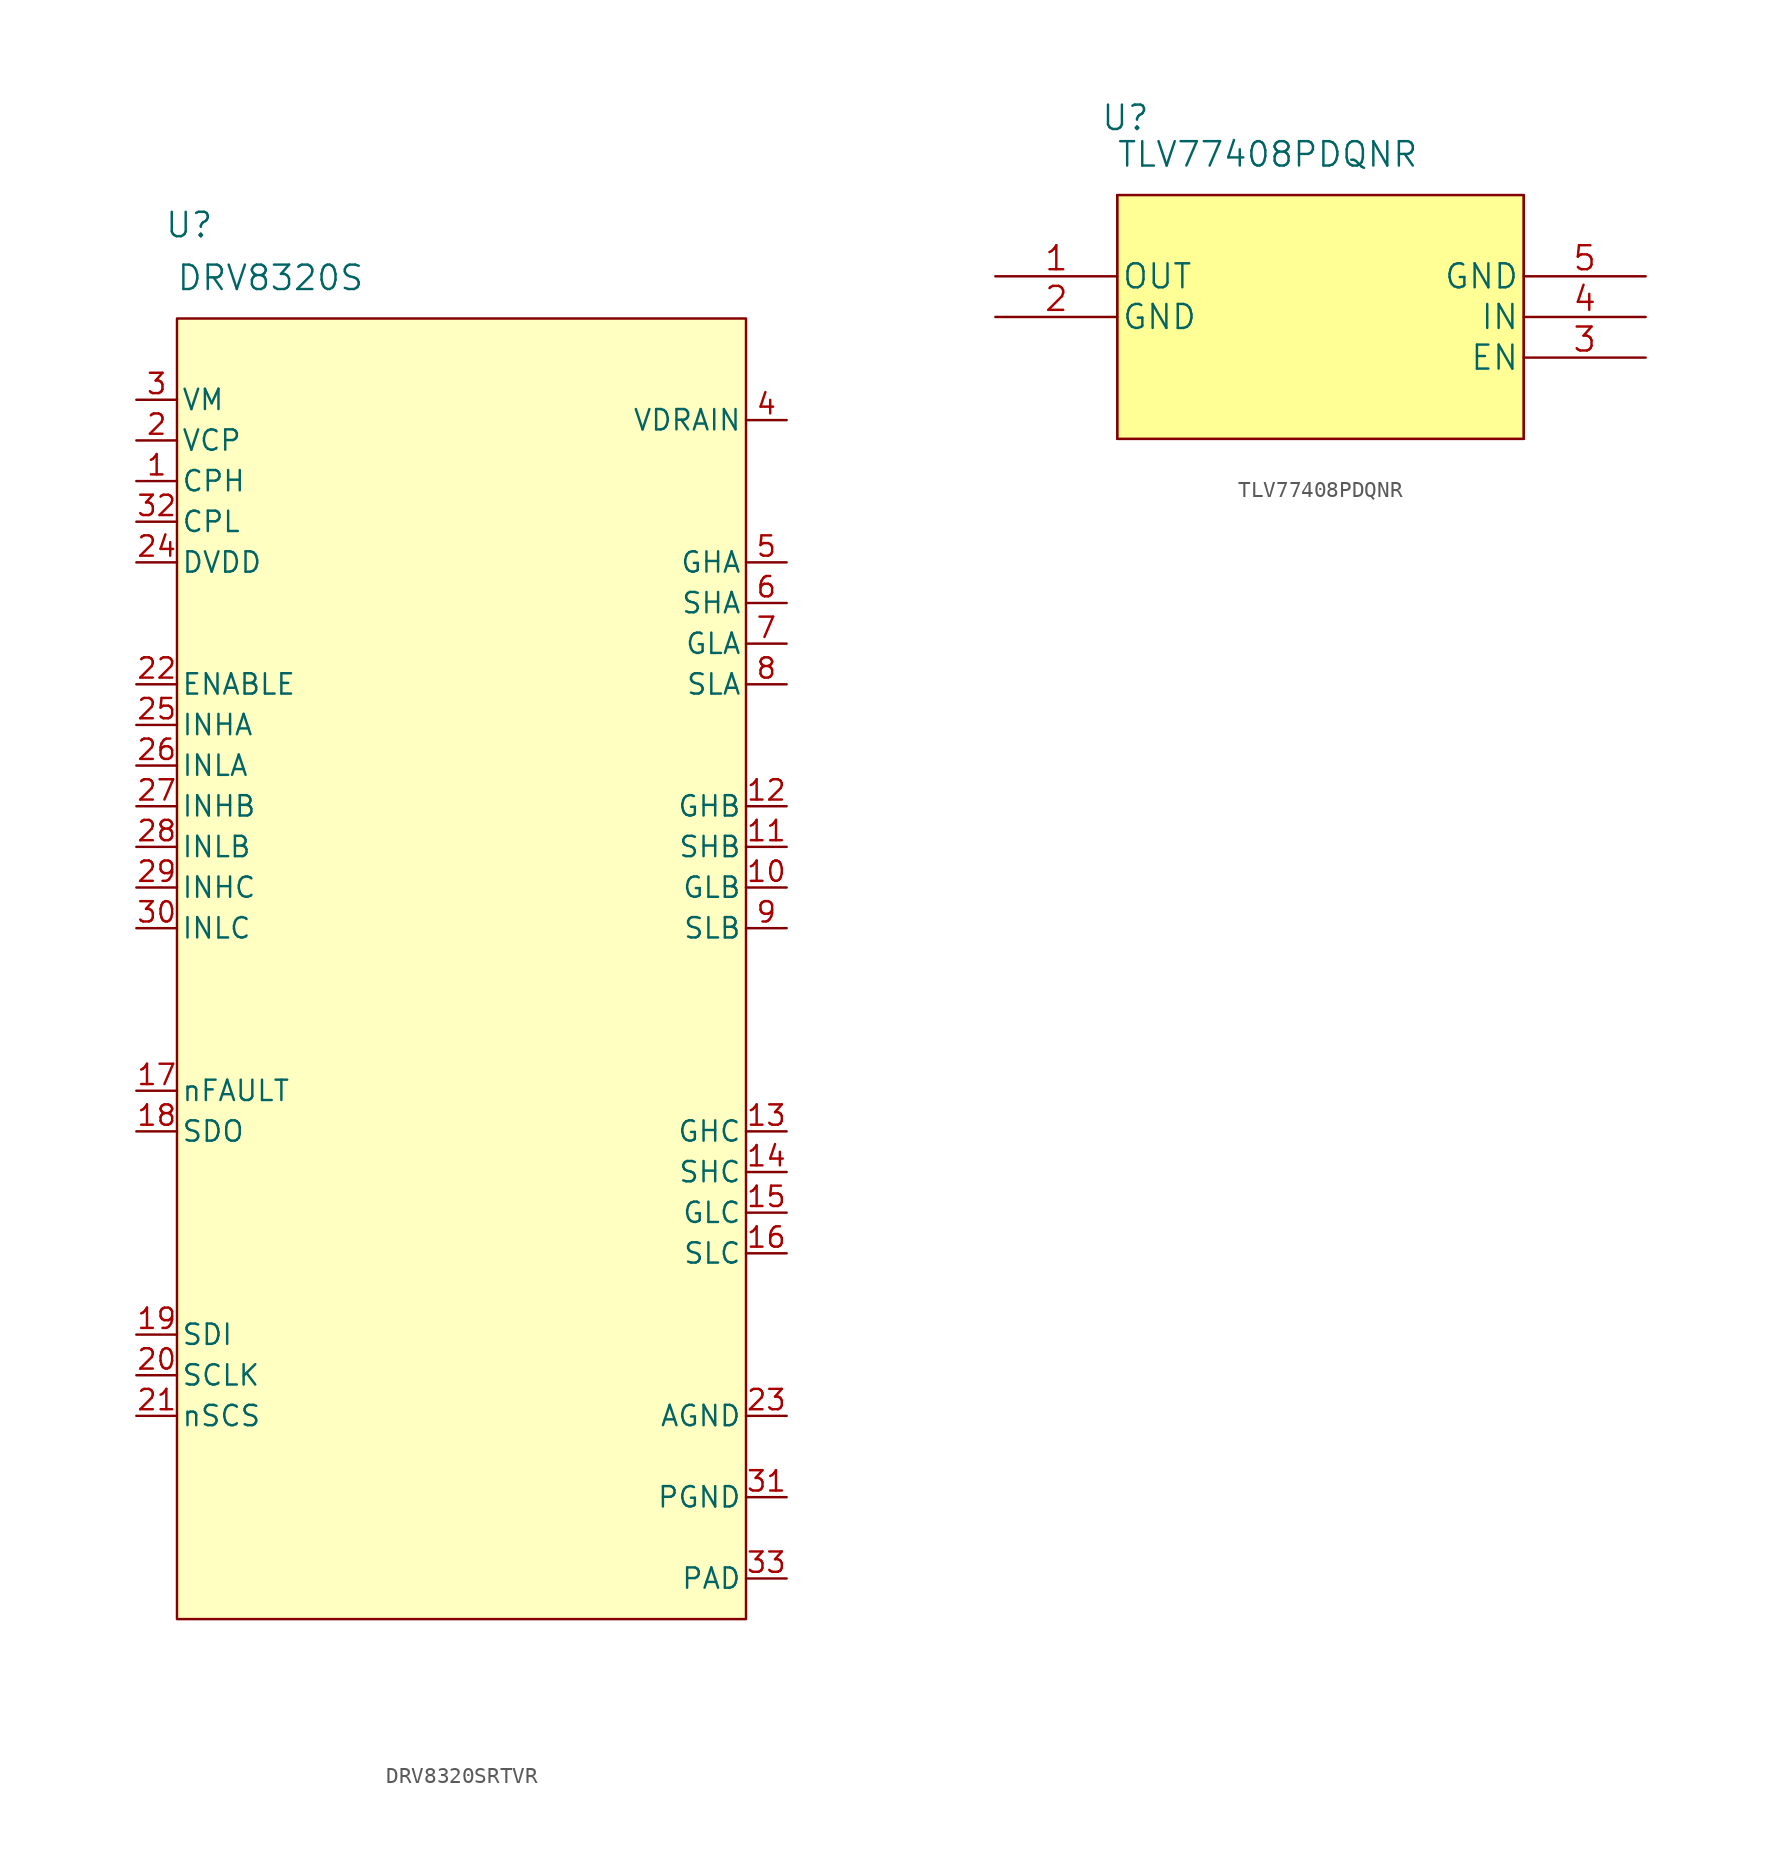
<source format=kicad_sym>
(kicad_symbol_lib
  (version 20231120)
  (generator "kicad_symbol_editor")
  (generator_version "8.0")
  (symbol "DRV8320SRTVR"
    (pin_names
      (offset 0.254))
    (property "Reference" "U"
      (at -17.018 46.482 0)
      (effects (font (size 1.524 1.524))))
    (property "Value" "DRV8320S"
      (at -11.938 43.18 0)
      (effects (font (size 1.524 1.524))))
    (symbol "DRV8320SRTVR_1_1"
      (rectangle (start -17.78 40.64) (end 17.78 -40.64) (stroke (width 0) (type default)) (fill (type background)))
      (pin power_in line (at -20.32 30.48 0) (length 2.54) (name "CPH" (effects (font (size 1.27 1.27)))) (number "1" (effects (font (size 1.27 1.27)))))
      (pin output line (at 20.32 5.08 180) (length 2.54) (name "GLB" (effects (font (size 1.27 1.27)))) (number "10" (effects (font (size 1.27 1.27)))))
      (pin input line (at 20.32 7.62 180) (length 2.54) (name "SHB" (effects (font (size 1.27 1.27)))) (number "11" (effects (font (size 1.27 1.27)))))
      (pin output line (at 20.32 10.16 180) (length 2.54) (name "GHB" (effects (font (size 1.27 1.27)))) (number "12" (effects (font (size 1.27 1.27)))))
      (pin output line (at 20.32 -10.16 180) (length 2.54) (name "GHC" (effects (font (size 1.27 1.27)))) (number "13" (effects (font (size 1.27 1.27)))))
      (pin input line (at 20.32 -12.7 180) (length 2.54) (name "SHC" (effects (font (size 1.27 1.27)))) (number "14" (effects (font (size 1.27 1.27)))))
      (pin output line (at 20.32 -15.24 180) (length 2.54) (name "GLC" (effects (font (size 1.27 1.27)))) (number "15" (effects (font (size 1.27 1.27)))))
      (pin input line (at 20.32 -17.78 180) (length 2.54) (name "SLC" (effects (font (size 1.27 1.27)))) (number "16" (effects (font (size 1.27 1.27)))))
      (pin output line (at -20.32 -7.62 0) (length 2.54) (name "nFAULT" (effects (font (size 1.27 1.27)))) (number "17" (effects (font (size 1.27 1.27)))))
      (pin output line (at -20.32 -10.16 0) (length 2.54) (name "SDO" (effects (font (size 1.27 1.27)))) (number "18" (effects (font (size 1.27 1.27)))))
      (pin input line (at -20.32 -22.86 0) (length 2.54) (name "SDI" (effects (font (size 1.27 1.27)))) (number "19" (effects (font (size 1.27 1.27)))))
      (pin power_out line (at -20.32 33.02 0) (length 2.54) (name "VCP" (effects (font (size 1.27 1.27)))) (number "2" (effects (font (size 1.27 1.27)))))
      (pin input line (at -20.32 -25.4 0) (length 2.54) (name "SCLK" (effects (font (size 1.27 1.27)))) (number "20" (effects (font (size 1.27 1.27)))))
      (pin input line (at -20.32 -27.94 0) (length 2.54) (name "nSCS" (effects (font (size 1.27 1.27)))) (number "21" (effects (font (size 1.27 1.27)))))
      (pin input line (at -20.32 17.78 0) (length 2.54) (name "ENABLE" (effects (font (size 1.27 1.27)))) (number "22" (effects (font (size 1.27 1.27)))))
      (pin power_in line (at 20.32 -27.94 180) (length 2.54) (name "AGND" (effects (font (size 1.27 1.27)))) (number "23" (effects (font (size 1.27 1.27)))))
      (pin power_out line (at -20.32 25.4 0) (length 2.54) (name "DVDD" (effects (font (size 1.27 1.27)))) (number "24" (effects (font (size 1.27 1.27)))))
      (pin input line (at -20.32 15.24 0) (length 2.54) (name "INHA" (effects (font (size 1.27 1.27)))) (number "25" (effects (font (size 1.27 1.27)))))
      (pin input line (at -20.32 12.7 0) (length 2.54) (name "INLA" (effects (font (size 1.27 1.27)))) (number "26" (effects (font (size 1.27 1.27)))))
      (pin input line (at -20.32 10.16 0) (length 2.54) (name "INHB" (effects (font (size 1.27 1.27)))) (number "27" (effects (font (size 1.27 1.27)))))
      (pin input line (at -20.32 7.62 0) (length 2.54) (name "INLB" (effects (font (size 1.27 1.27)))) (number "28" (effects (font (size 1.27 1.27)))))
      (pin input line (at -20.32 5.08 0) (length 2.54) (name "INHC" (effects (font (size 1.27 1.27)))) (number "29" (effects (font (size 1.27 1.27)))))
      (pin power_in line (at -20.32 35.56 0) (length 2.54) (name "VM" (effects (font (size 1.27 1.27)))) (number "3" (effects (font (size 1.27 1.27)))))
      (pin input line (at -20.32 2.54 0) (length 2.54) (name "INLC" (effects (font (size 1.27 1.27)))) (number "30" (effects (font (size 1.27 1.27)))))
      (pin power_in line (at 20.32 -33.02 180) (length 2.54) (name "PGND" (effects (font (size 1.27 1.27)))) (number "31" (effects (font (size 1.27 1.27)))))
      (pin power_in line (at -20.32 27.94 0) (length 2.54) (name "CPL" (effects (font (size 1.27 1.27)))) (number "32" (effects (font (size 1.27 1.27)))))
      (pin power_in line (at 20.32 -38.1 180) (length 2.54) (name "PAD" (effects (font (size 1.27 1.27)))) (number "33" (effects (font (size 1.27 1.27)))))
      (pin input line (at 20.32 34.29 180) (length 2.54) (name "VDRAIN" (effects (font (size 1.27 1.27)))) (number "4" (effects (font (size 1.27 1.27)))))
      (pin output line (at 20.32 25.4 180) (length 2.54) (name "GHA" (effects (font (size 1.27 1.27)))) (number "5" (effects (font (size 1.27 1.27)))))
      (pin input line (at 20.32 22.86 180) (length 2.54) (name "SHA" (effects (font (size 1.27 1.27)))) (number "6" (effects (font (size 1.27 1.27)))))
      (pin output line (at 20.32 20.32 180) (length 2.54) (name "GLA" (effects (font (size 1.27 1.27)))) (number "7" (effects (font (size 1.27 1.27)))))
      (pin input line (at 20.32 17.78 180) (length 2.54) (name "SLA" (effects (font (size 1.27 1.27)))) (number "8" (effects (font (size 1.27 1.27)))))
      (pin input line (at 20.32 2.54 180) (length 2.54) (name "SLB" (effects (font (size 1.27 1.27)))) (number "9" (effects (font (size 1.27 1.27)))))))
  (symbol "TLV77408PDQNR"
    (pin_names
      (offset 0.254))
    (property "Reference" "U"
      (at -12.192 12.446 0)
      (effects (font (size 1.524 1.524))))
    (property "Value" "TLV77408PDQNR"
      (at -3.302 10.16 0)
      (effects (font (size 1.524 1.524))))
    (symbol "TLV77408PDQNR_1_1"
      (rectangle (start -12.7 7.62) (end 12.7 -7.62) (stroke (width 0) (type default)) (fill (type color) (color 255 255 149 1)))
      (polyline (pts (xy -12.7 -7.62) (xy 12.7 -7.62)) (stroke (width 0.127) (type solid)) (fill (type none)))
      (polyline (pts (xy -12.7 7.62) (xy -12.7 -7.62)) (stroke (width 0.127) (type solid)) (fill (type color) (color 255 249 42 1)))
      (polyline (pts (xy 12.7 -7.62) (xy 12.7 7.62)) (stroke (width 0.127) (type solid)) (fill (type none)))
      (polyline (pts (xy 12.7 7.62) (xy -12.7 7.62)) (stroke (width 0.127) (type solid)) (fill (type none)))
      (pin output line (at -20.32 2.54 0) (length 7.62) (name "OUT" (effects (font (size 1.499 1.499)))) (number "1" (effects (font (size 1.499 1.499)))))
      (pin power_in line (at -20.32 0 0) (length 7.62) (name "GND" (effects (font (size 1.499 1.499)))) (number "2" (effects (font (size 1.499 1.499)))))
      (pin input line (at 20.32 -2.54 180) (length 7.62) (name "EN" (effects (font (size 1.499 1.499)))) (number "3" (effects (font (size 1.499 1.499)))))
      (pin input line (at 20.32 0 180) (length 7.62) (name "IN" (effects (font (size 1.499 1.499)))) (number "4" (effects (font (size 1.499 1.499)))))
      (pin power_in line (at 20.32 2.54 180) (length 7.62) (name "GND" (effects (font (size 1.499 1.499)))) (number "5" (effects (font (size 1.499 1.499))))))))
</source>
